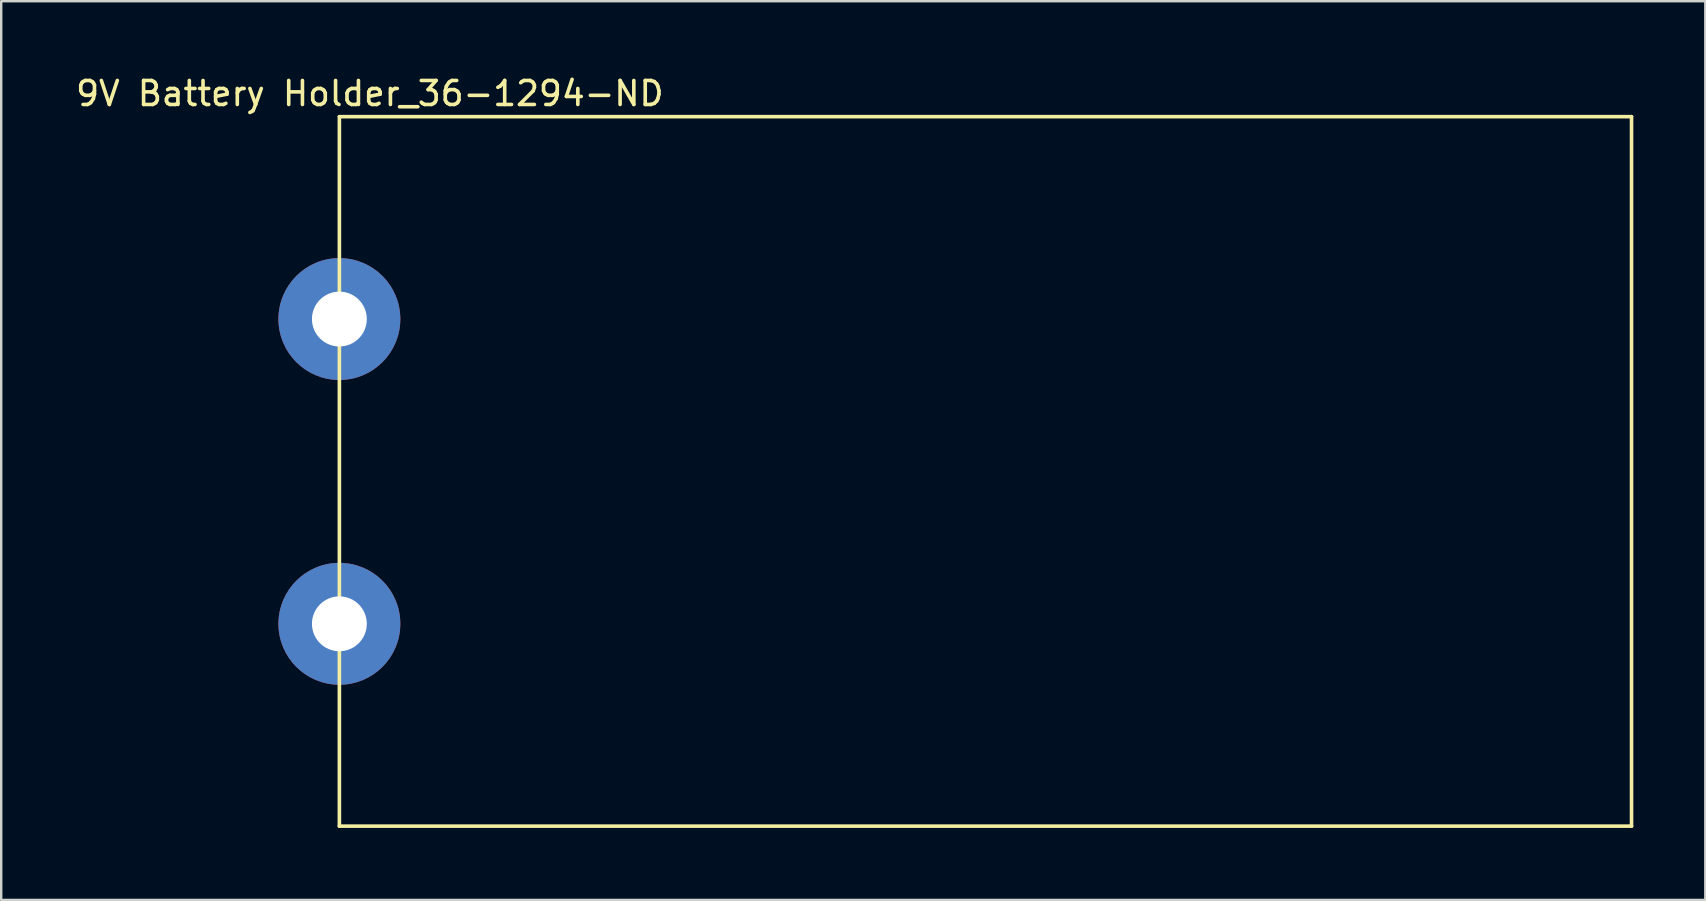
<source format=kicad_pcb>
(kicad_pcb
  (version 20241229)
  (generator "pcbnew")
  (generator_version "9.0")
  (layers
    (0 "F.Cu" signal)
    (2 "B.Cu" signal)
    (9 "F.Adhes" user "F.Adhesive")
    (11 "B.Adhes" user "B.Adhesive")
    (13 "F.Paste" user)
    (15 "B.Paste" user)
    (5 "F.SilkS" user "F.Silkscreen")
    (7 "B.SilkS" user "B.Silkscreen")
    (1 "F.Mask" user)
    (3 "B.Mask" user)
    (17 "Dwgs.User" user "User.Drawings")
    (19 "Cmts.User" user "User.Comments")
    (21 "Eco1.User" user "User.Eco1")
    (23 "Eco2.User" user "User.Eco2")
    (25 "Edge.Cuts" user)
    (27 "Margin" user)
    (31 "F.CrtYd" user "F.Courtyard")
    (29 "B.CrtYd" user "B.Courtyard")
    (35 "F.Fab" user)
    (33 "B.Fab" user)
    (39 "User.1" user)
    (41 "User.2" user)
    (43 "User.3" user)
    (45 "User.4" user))
  (footprint "9V Battery Holder_36-1294-ND"
    (layer "F.Cu")
    (at 11.093 16.596)
    (property "Reference" "9V Battery Holder_36-1294-ND" (at 1.27 -15.748 0) (layer "F.SilkS") (effects (font (size 1 1) (thickness 0.15))))
    (attr through_hole)
    (fp_line (start 0 -14.783) (end 0 14.783) (stroke (width 0.15) (type solid)) (layer "F.SilkS"))
    (fp_line (start 0 -14.783) (end 53.848 -14.783) (stroke (width 0.15) (type solid)) (layer "F.SilkS"))
    (fp_line (start 0 14.783) (end 53.848 14.783) (stroke (width 0.15) (type solid)) (layer "F.SilkS"))
    (fp_line (start 53.848 -14.783) (end 53.848 14.783) (stroke (width 0.15) (type solid)) (layer "F.SilkS"))
    (pad "1" thru_hole circle (at 0 -6.35) (size 5.08 5.08) (drill 2.286) (layers "*.Cu" "*.Mask"))
    (pad "2" thru_hole circle (at 0 6.35) (size 5.08 5.08) (drill 2.286) (layers "*.Cu" "*.Mask")))
  (gr_rect
    (start -3 -3)
    (end 68.016 34.454)
    (stroke (width 0.1) (type default))
    (fill no)
    (layer "Edge.Cuts")))
</source>
